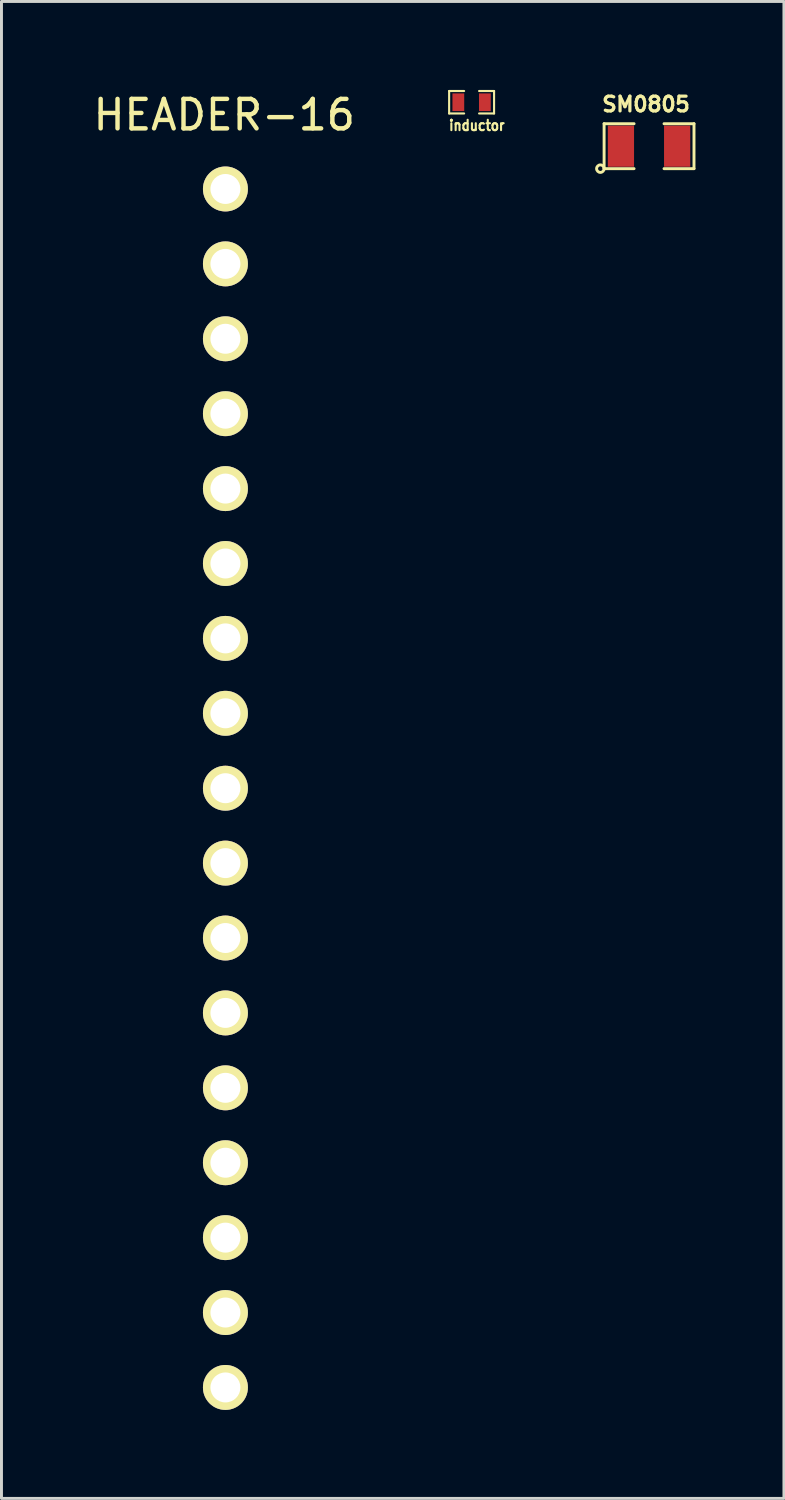
<source format=kicad_pcb>
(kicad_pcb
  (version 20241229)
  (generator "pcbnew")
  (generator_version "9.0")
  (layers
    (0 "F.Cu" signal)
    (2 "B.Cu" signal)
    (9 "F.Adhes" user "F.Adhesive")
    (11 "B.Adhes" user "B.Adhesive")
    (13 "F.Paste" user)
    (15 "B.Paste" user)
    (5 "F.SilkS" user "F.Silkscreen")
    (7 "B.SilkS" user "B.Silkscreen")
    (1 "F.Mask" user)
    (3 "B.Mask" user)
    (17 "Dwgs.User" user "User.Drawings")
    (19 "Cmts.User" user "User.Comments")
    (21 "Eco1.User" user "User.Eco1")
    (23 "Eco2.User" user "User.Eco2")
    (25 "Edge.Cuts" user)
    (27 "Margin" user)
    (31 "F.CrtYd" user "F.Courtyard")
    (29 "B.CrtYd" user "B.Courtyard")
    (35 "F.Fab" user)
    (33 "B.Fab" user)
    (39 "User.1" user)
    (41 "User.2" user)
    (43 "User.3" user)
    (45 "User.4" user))
  (footprint "SM0805"
    (layer "F.Cu")
    (at 18.959 1.907)
    (property "Reference" "SM0805" (at -0.102 -1.422 0) (layer "F.SilkS") (effects (font (size 0.5 0.5) (thickness 0.109))))
    (attr smd)
    (fp_line (start -1.524 -0.762) (end -0.508 -0.762) (stroke (width 0.099) (type solid)) (layer "F.SilkS"))
    (fp_line (start -1.524 0.762) (end -1.524 -0.762) (stroke (width 0.099) (type solid)) (layer "F.SilkS"))
    (fp_line (start -0.508 0.762) (end -1.524 0.762) (stroke (width 0.099) (type solid)) (layer "F.SilkS"))
    (fp_line (start 0.508 -0.762) (end 1.524 -0.762) (stroke (width 0.099) (type solid)) (layer "F.SilkS"))
    (fp_line (start 1.524 -0.762) (end 1.524 0.762) (stroke (width 0.099) (type solid)) (layer "F.SilkS"))
    (fp_line (start 1.524 0.762) (end 0.508 0.762) (stroke (width 0.099) (type solid)) (layer "F.SilkS"))
    (fp_circle (center -1.651 0.762) (end -1.651 0.635) (stroke (width 0.099) (type solid)) (fill no) (layer "F.SilkS"))
    (pad "1" smd rect (at -0.953 0) (size 0.889 1.397) (layers "F.Cu" "F.Mask" "F.Paste"))
    (pad "2" smd rect (at 0.953 0) (size 0.889 1.397) (layers "F.Cu" "F.Mask" "F.Paste")))
  (footprint "HEADER-16"
    (layer "F.Cu")
    (at 4.594 22.408)
    (property "Reference" "HEADER-16" (at -0.04 -21.56 0) (layer "F.SilkS") (effects (font (size 1 1) (thickness 0.15))))
    (attr through_hole)
    (pad "0" thru_hole circle (at 0 -19.05) (size 1.524 1.524) (drill 1.016) (layers "*.Cu" "*.Mask" "F.SilkS"))
    (pad "1" thru_hole circle (at 0 -16.51) (size 1.524 1.524) (drill 1.016) (layers "*.Cu" "*.Mask" "F.SilkS"))
    (pad "2" thru_hole circle (at 0 -13.97) (size 1.524 1.524) (drill 1.016) (layers "*.Cu" "*.Mask" "F.SilkS"))
    (pad "3" thru_hole circle (at 0 -11.43) (size 1.524 1.524) (drill 1.016) (layers "*.Cu" "*.Mask" "F.SilkS"))
    (pad "4" thru_hole circle (at 0 -8.89) (size 1.524 1.524) (drill 1.016) (layers "*.Cu" "*.Mask" "F.SilkS"))
    (pad "5" thru_hole circle (at 0 -6.35) (size 1.524 1.524) (drill 1.016) (layers "*.Cu" "*.Mask" "F.SilkS"))
    (pad "6" thru_hole circle (at 0 -3.81) (size 1.524 1.524) (drill 1.016) (layers "*.Cu" "*.Mask" "F.SilkS"))
    (pad "7" thru_hole circle (at 0 -1.27) (size 1.524 1.524) (drill 1.016) (layers "*.Cu" "*.Mask" "F.SilkS"))
    (pad "8" thru_hole circle (at 0 1.27) (size 1.524 1.524) (drill 1.016) (layers "*.Cu" "*.Mask" "F.SilkS"))
    (pad "9" thru_hole circle (at 0 3.81) (size 1.524 1.524) (drill 1.016) (layers "*.Cu" "*.Mask" "F.SilkS"))
    (pad "10" thru_hole circle (at 0 6.35) (size 1.524 1.524) (drill 1.016) (layers "*.Cu" "*.Mask" "F.SilkS"))
    (pad "11" thru_hole circle (at 0 8.89) (size 1.524 1.524) (drill 1.016) (layers "*.Cu" "*.Mask" "F.SilkS"))
    (pad "12" thru_hole circle (at 0 11.43) (size 1.524 1.524) (drill 1.016) (layers "*.Cu" "*.Mask" "F.SilkS"))
    (pad "13" thru_hole circle (at 0 13.97) (size 1.524 1.524) (drill 1.016) (layers "*.Cu" "*.Mask" "F.SilkS"))
    (pad "14" thru_hole circle (at 0 16.51) (size 1.524 1.524) (drill 1.016) (layers "*.Cu" "*.Mask" "F.SilkS"))
    (pad "15" thru_hole circle (at 0 19.05) (size 1.524 1.524) (drill 1.016) (layers "*.Cu" "*.Mask" "F.SilkS"))
    (pad "16" thru_hole circle (at 0 21.59) (size 1.524 1.524) (drill 1.016) (layers "*.Cu" "*.Mask" "F.SilkS")))
  (footprint "inductor"
    (layer "F.Cu")
    (at 12.942 0.417)
    (property "Reference" "inductor" (at 0.178 0.787 0) (layer "F.SilkS") (effects (font (size 0.351 0.305) (thickness 0.071))))
    (attr smd)
    (fp_line (start -0.762 -0.381) (end -0.762 0.381) (stroke (width 0.071) (type solid)) (layer "F.SilkS"))
    (fp_line (start -0.762 0.381) (end -0.254 0.381) (stroke (width 0.071) (type solid)) (layer "F.SilkS"))
    (fp_line (start -0.254 -0.381) (end -0.762 -0.381) (stroke (width 0.071) (type solid)) (layer "F.SilkS"))
    (fp_line (start 0.254 -0.381) (end 0.762 -0.381) (stroke (width 0.071) (type solid)) (layer "F.SilkS"))
    (fp_line (start 0.762 -0.381) (end 0.762 0.381) (stroke (width 0.071) (type solid)) (layer "F.SilkS"))
    (fp_line (start 0.762 0.381) (end 0.254 0.381) (stroke (width 0.071) (type solid)) (layer "F.SilkS"))
    (pad "1" smd rect (at -0.45 0) (size 0.399 0.599) (layers "F.Cu" "F.Mask" "F.Paste"))
    (pad "2" smd rect (at 0.45 0) (size 0.399 0.599) (layers "F.Cu" "F.Mask" "F.Paste")))
  (gr_rect
    (start -3 -3)
    (end 23.533 47.76)
    (stroke (width 0.1) (type default))
    (fill no)
    (layer "Edge.Cuts")))
</source>
